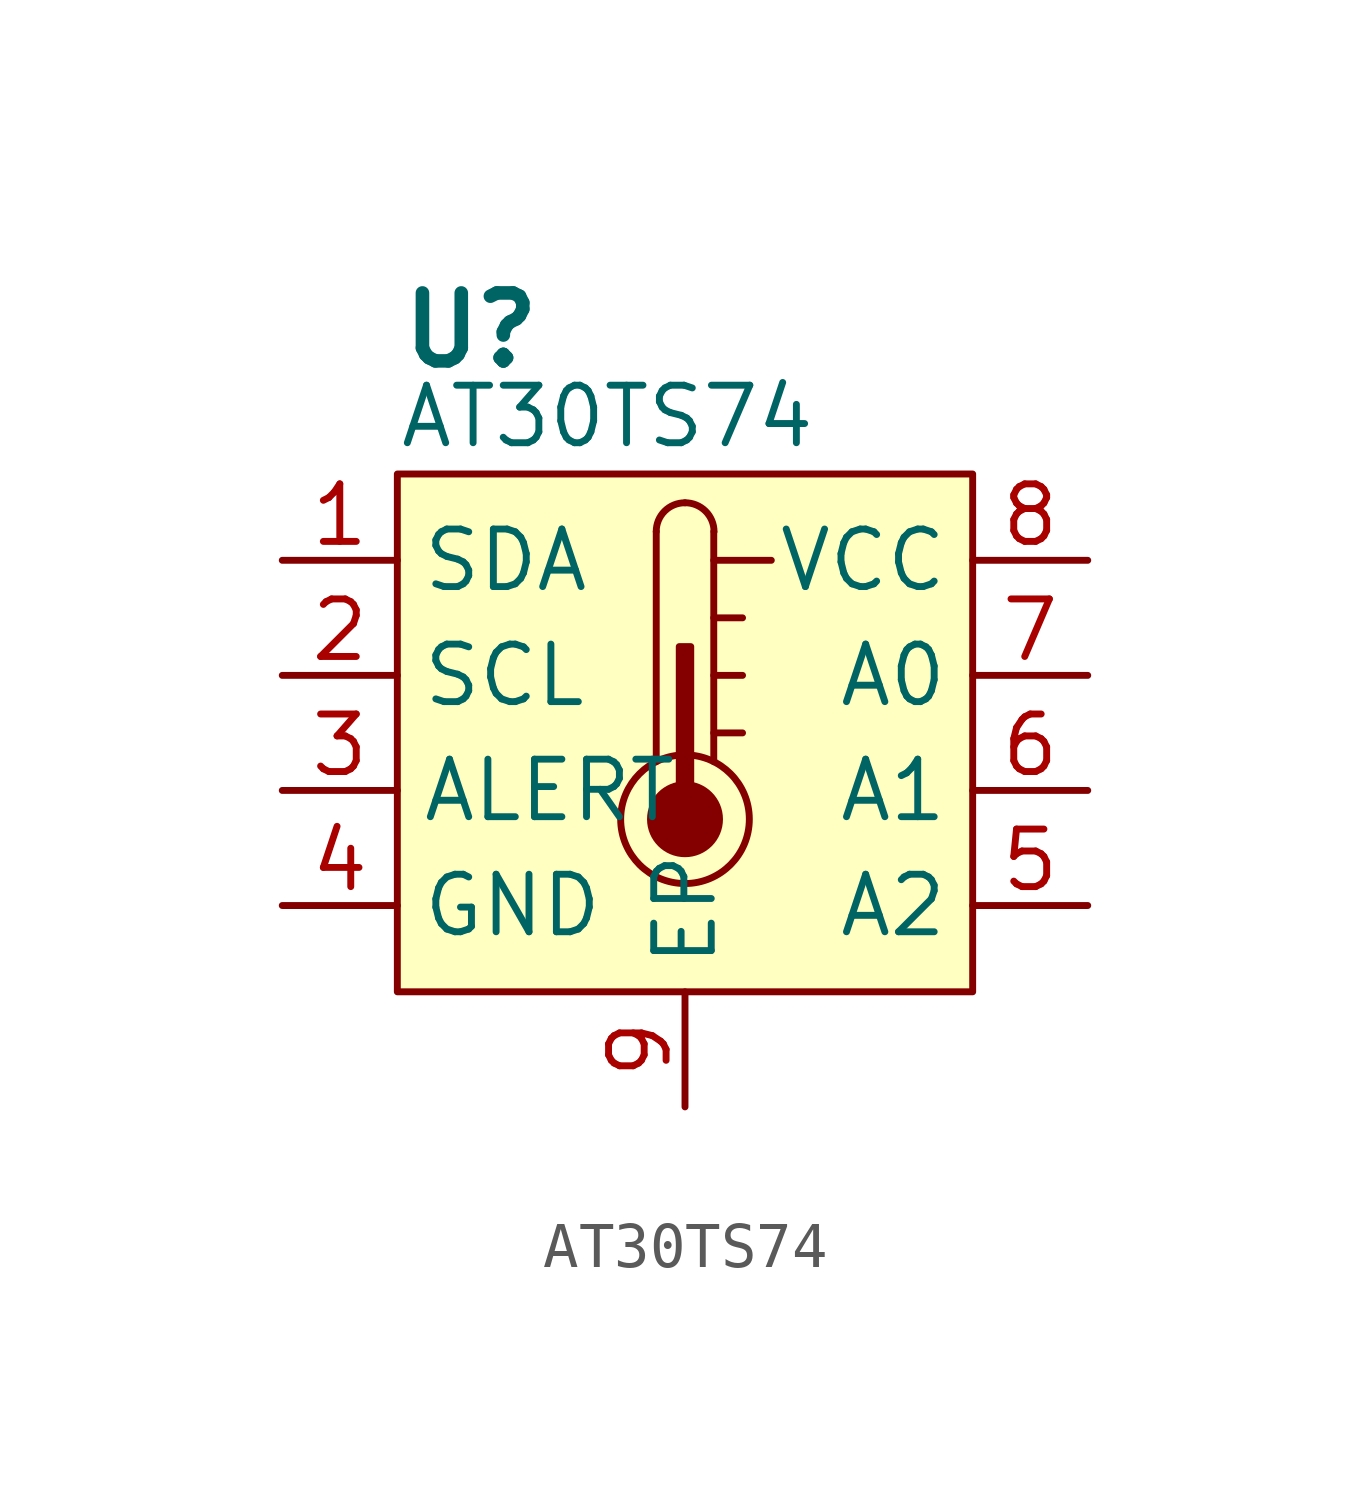
<source format=kicad_sym>
(kicad_symbol_lib
  (version 20231120)
  (generator "kicad_symbol_editor")
  (generator_version "8.0")
  (symbol "AT30TS74"
    (property "Reference" "U"
      (at 0 0 0)
      (effects (font (size 1.5 1.5) (bold yes)) (justify left)))
    (property "Value" "AT30TS74"
      (at 0 -1.905 0)
      (effects (font (size 1.27 1.27)) (justify left)))
    (symbol "AT30TS74_0_1"
      (polyline (pts (xy 5.715 -9.525) (xy 5.715 -4.445)) (stroke (width 0) (type default)) (fill (type none)))
      (polyline (pts (xy 6.985 -4.445) (xy 6.985 -9.525)) (stroke (width 0) (type default)) (fill (type none)))
      (arc (start 6.35 -3.81) (mid 5.8992 -3.9957) (end 5.715 -4.445) (stroke (width 0) (type default)) (fill (type none)))
      (arc (start 6.985 -4.445) (mid 6.799 -3.996) (end 6.35 -3.81) (stroke (width 0) (type default)) (fill (type none))))
    (symbol "AT30TS74_1_1"
      (rectangle (start 0 -3.175) (end 12.7 -14.605) (stroke (width 0) (type default)) (fill (type background)))
      (polyline (pts (xy 6.985 -8.89) (xy 7.62 -8.89)) (stroke (width 0) (type default)) (fill (type none)))
      (polyline (pts (xy 6.985 -7.62) (xy 7.62 -7.62)) (stroke (width 0) (type default)) (fill (type none)))
      (polyline (pts (xy 6.985 -6.35) (xy 7.62 -6.35)) (stroke (width 0) (type default)) (fill (type none)))
      (polyline (pts (xy 6.985 -5.08) (xy 8.255 -5.08)) (stroke (width 0) (type default)) (fill (type none)))
      (rectangle (start 6.223 -6.985) (end 6.477 -10.033) (stroke (width 0) (type default)) (fill (type outline)))
      (circle (center 6.35 -10.795) (radius 0.762) (stroke (width 0) (type default)) (fill (type outline)))
      (circle (center 6.35 -10.795) (radius 1.42) (stroke (width 0) (type default)) (fill (type none)))
      (pin bidirectional line (at -2.54 -5.08 0) (length 2.54) (name "SDA" (effects (font (size 1.27 1.27)))) (number "1" (effects (font (size 1.27 1.27)))))
      (pin input line (at -2.54 -7.62 0) (length 2.54) (name "SCL" (effects (font (size 1.27 1.27)))) (number "2" (effects (font (size 1.27 1.27)))))
      (pin output line (at -2.54 -10.16 0) (length 2.54) (name "ALERT" (effects (font (size 1.27 1.27)))) (number "3" (effects (font (size 1.27 1.27)))))
      (pin power_in line (at -2.54 -12.7 0) (length 2.54) (name "GND" (effects (font (size 1.27 1.27)))) (number "4" (effects (font (size 1.27 1.27)))))
      (pin input line (at 15.24 -12.7 180) (length 2.54) (name "A2" (effects (font (size 1.27 1.27)))) (number "5" (effects (font (size 1.27 1.27)))))
      (pin input line (at 15.24 -10.16 180) (length 2.54) (name "A1" (effects (font (size 1.27 1.27)))) (number "6" (effects (font (size 1.27 1.27)))))
      (pin input line (at 15.24 -7.62 180) (length 2.54) (name "A0" (effects (font (size 1.27 1.27)))) (number "7" (effects (font (size 1.27 1.27)))))
      (pin power_in line (at 15.24 -5.08 180) (length 2.54) (name "VCC" (effects (font (size 1.27 1.27)))) (number "8" (effects (font (size 1.27 1.27)))))
      (pin passive line (at 6.35 -17.145 90) (length 2.54) (name "EP" (effects (font (size 1.27 1.27)))) (number "9" (effects (font (size 1.27 1.27))))))))
</source>
